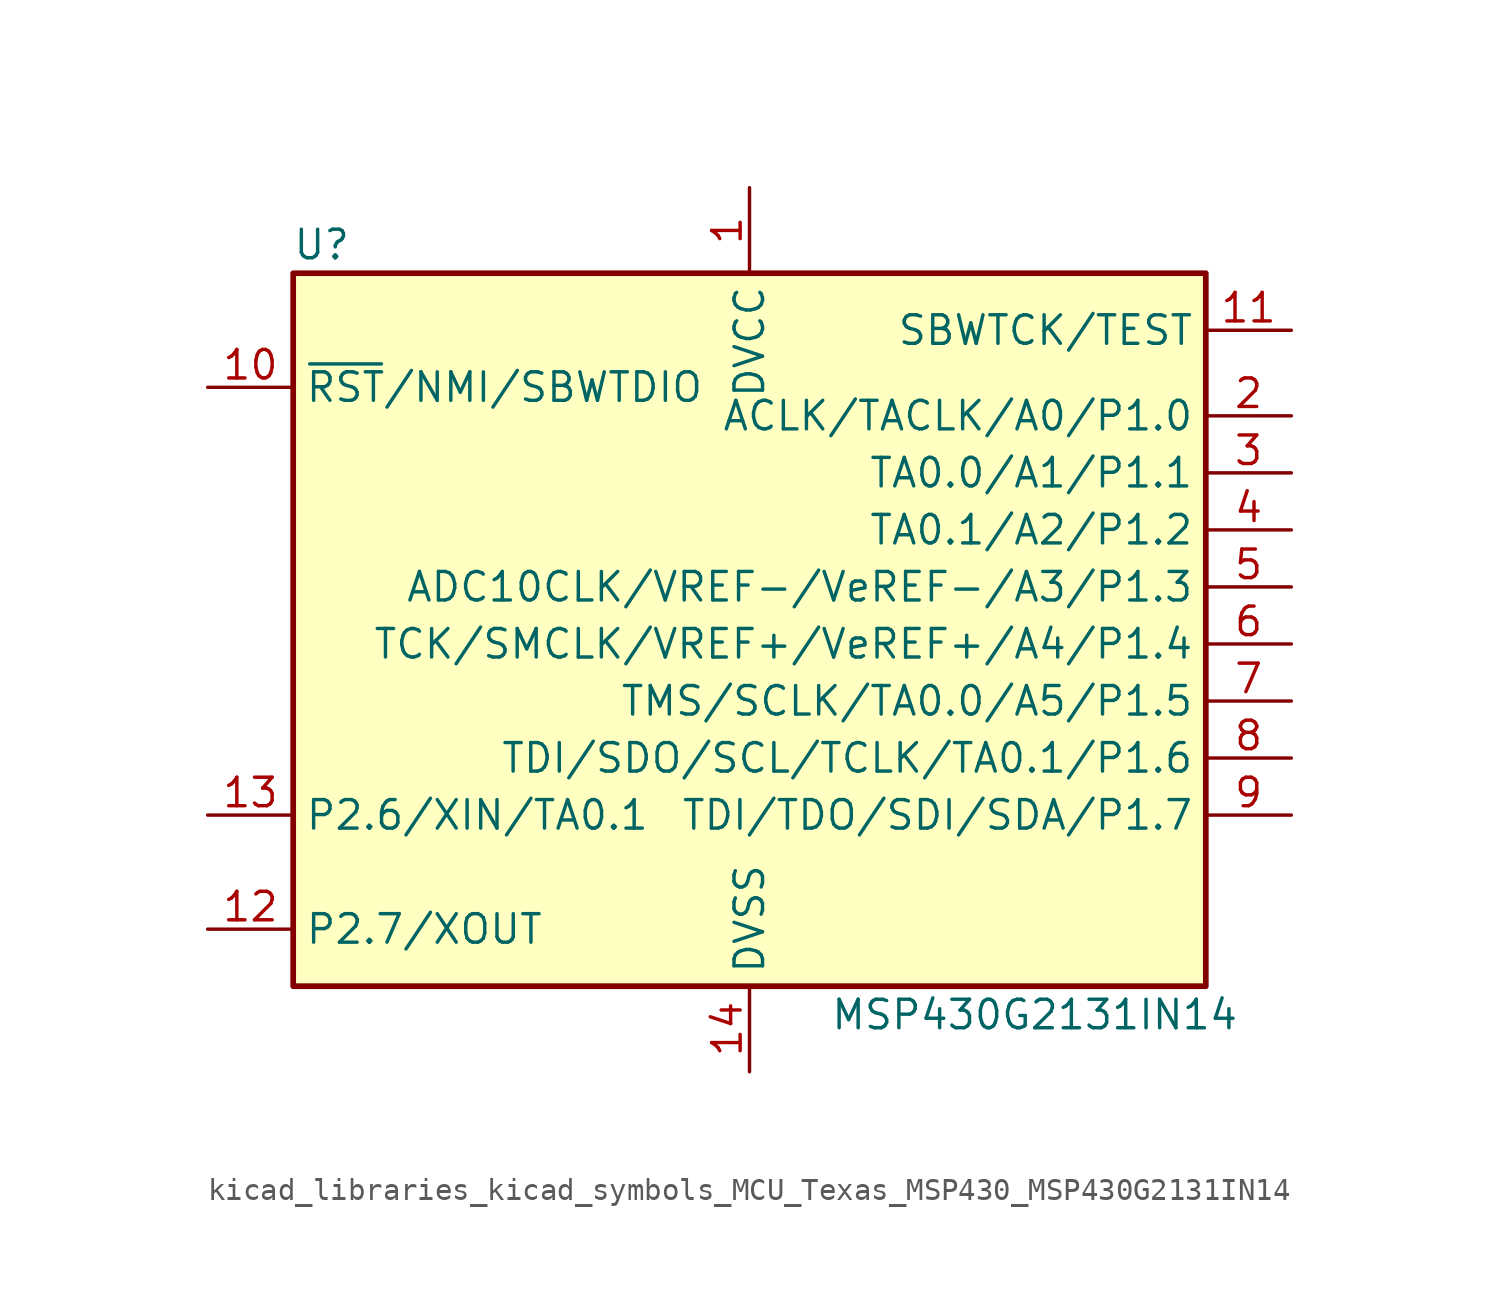
<source format=kicad_sym>
(kicad_symbol_lib
  (version 20220914)
  (generator kicad_symbol_editor)
  (symbol "kicad_libraries_kicad_symbols_MCU_Texas_MSP430_MSP430G2131IN14"
    (property "Reference" "U"
      (at -19.05 17.78 0)
      (effects (font (size 1.27 1.27))))
    (property "Value" "MSP430G2131IN14"
      (at 12.7 -16.51 0)
      (effects (font (size 1.27 1.27))))
    (symbol "kicad_libraries_kicad_symbols_MCU_Texas_MSP430_MSP430G2131IN14_0_1"
      (rectangle (start -20.32 16.51) (end 20.32 -15.24) (stroke (width 0.254) (type default)) (fill (type background))))
    (symbol "kicad_libraries_kicad_symbols_MCU_Texas_MSP430_MSP430G2131IN14_1_1"
      (pin power_in line (at 0 20.32 270) (length 3.81) (name "DVCC" (effects (font (size 1.27 1.27)))) (number "1" (effects (font (size 1.27 1.27)))))
      (pin input line (at -24.13 11.43 0) (length 3.81) (name "~{RST}/NMI/SBWTDIO" (effects (font (size 1.27 1.27)))) (number "10" (effects (font (size 1.27 1.27)))))
      (pin input line (at 24.13 13.97 180) (length 3.81) (name "SBWTCK/TEST" (effects (font (size 1.27 1.27)))) (number "11" (effects (font (size 1.27 1.27)))))
      (pin bidirectional line (at -24.13 -12.7 0) (length 3.81) (name "P2.7/XOUT" (effects (font (size 1.27 1.27)))) (number "12" (effects (font (size 1.27 1.27)))))
      (pin bidirectional line (at -24.13 -7.62 0) (length 3.81) (name "P2.6/XIN/TA0.1" (effects (font (size 1.27 1.27)))) (number "13" (effects (font (size 1.27 1.27)))))
      (pin power_in line (at 0 -19.05 90) (length 3.81) (name "DVSS" (effects (font (size 1.27 1.27)))) (number "14" (effects (font (size 1.27 1.27)))))
      (pin bidirectional line (at 24.13 10.16 180) (length 3.81) (name "ACLK/TACLK/A0/P1.0" (effects (font (size 1.27 1.27)))) (number "2" (effects (font (size 1.27 1.27)))))
      (pin bidirectional line (at 24.13 7.62 180) (length 3.81) (name "TA0.0/A1/P1.1" (effects (font (size 1.27 1.27)))) (number "3" (effects (font (size 1.27 1.27)))))
      (pin bidirectional line (at 24.13 5.08 180) (length 3.81) (name "TA0.1/A2/P1.2" (effects (font (size 1.27 1.27)))) (number "4" (effects (font (size 1.27 1.27)))))
      (pin bidirectional line (at 24.13 2.54 180) (length 3.81) (name "ADC10CLK/VREF-/VeREF-/A3/P1.3" (effects (font (size 1.27 1.27)))) (number "5" (effects (font (size 1.27 1.27)))))
      (pin bidirectional line (at 24.13 0 180) (length 3.81) (name "TCK/SMCLK/VREF+/VeREF+/A4/P1.4" (effects (font (size 1.27 1.27)))) (number "6" (effects (font (size 1.27 1.27)))))
      (pin bidirectional line (at 24.13 -2.54 180) (length 3.81) (name "TMS/SCLK/TA0.0/A5/P1.5" (effects (font (size 1.27 1.27)))) (number "7" (effects (font (size 1.27 1.27)))))
      (pin bidirectional line (at 24.13 -5.08 180) (length 3.81) (name "TDI/SDO/SCL/TCLK/TA0.1/P1.6" (effects (font (size 1.27 1.27)))) (number "8" (effects (font (size 1.27 1.27)))))
      (pin bidirectional line (at 24.13 -7.62 180) (length 3.81) (name "TDI/TDO/SDI/SDA/P1.7" (effects (font (size 1.27 1.27)))) (number "9" (effects (font (size 1.27 1.27))))))))
</source>
